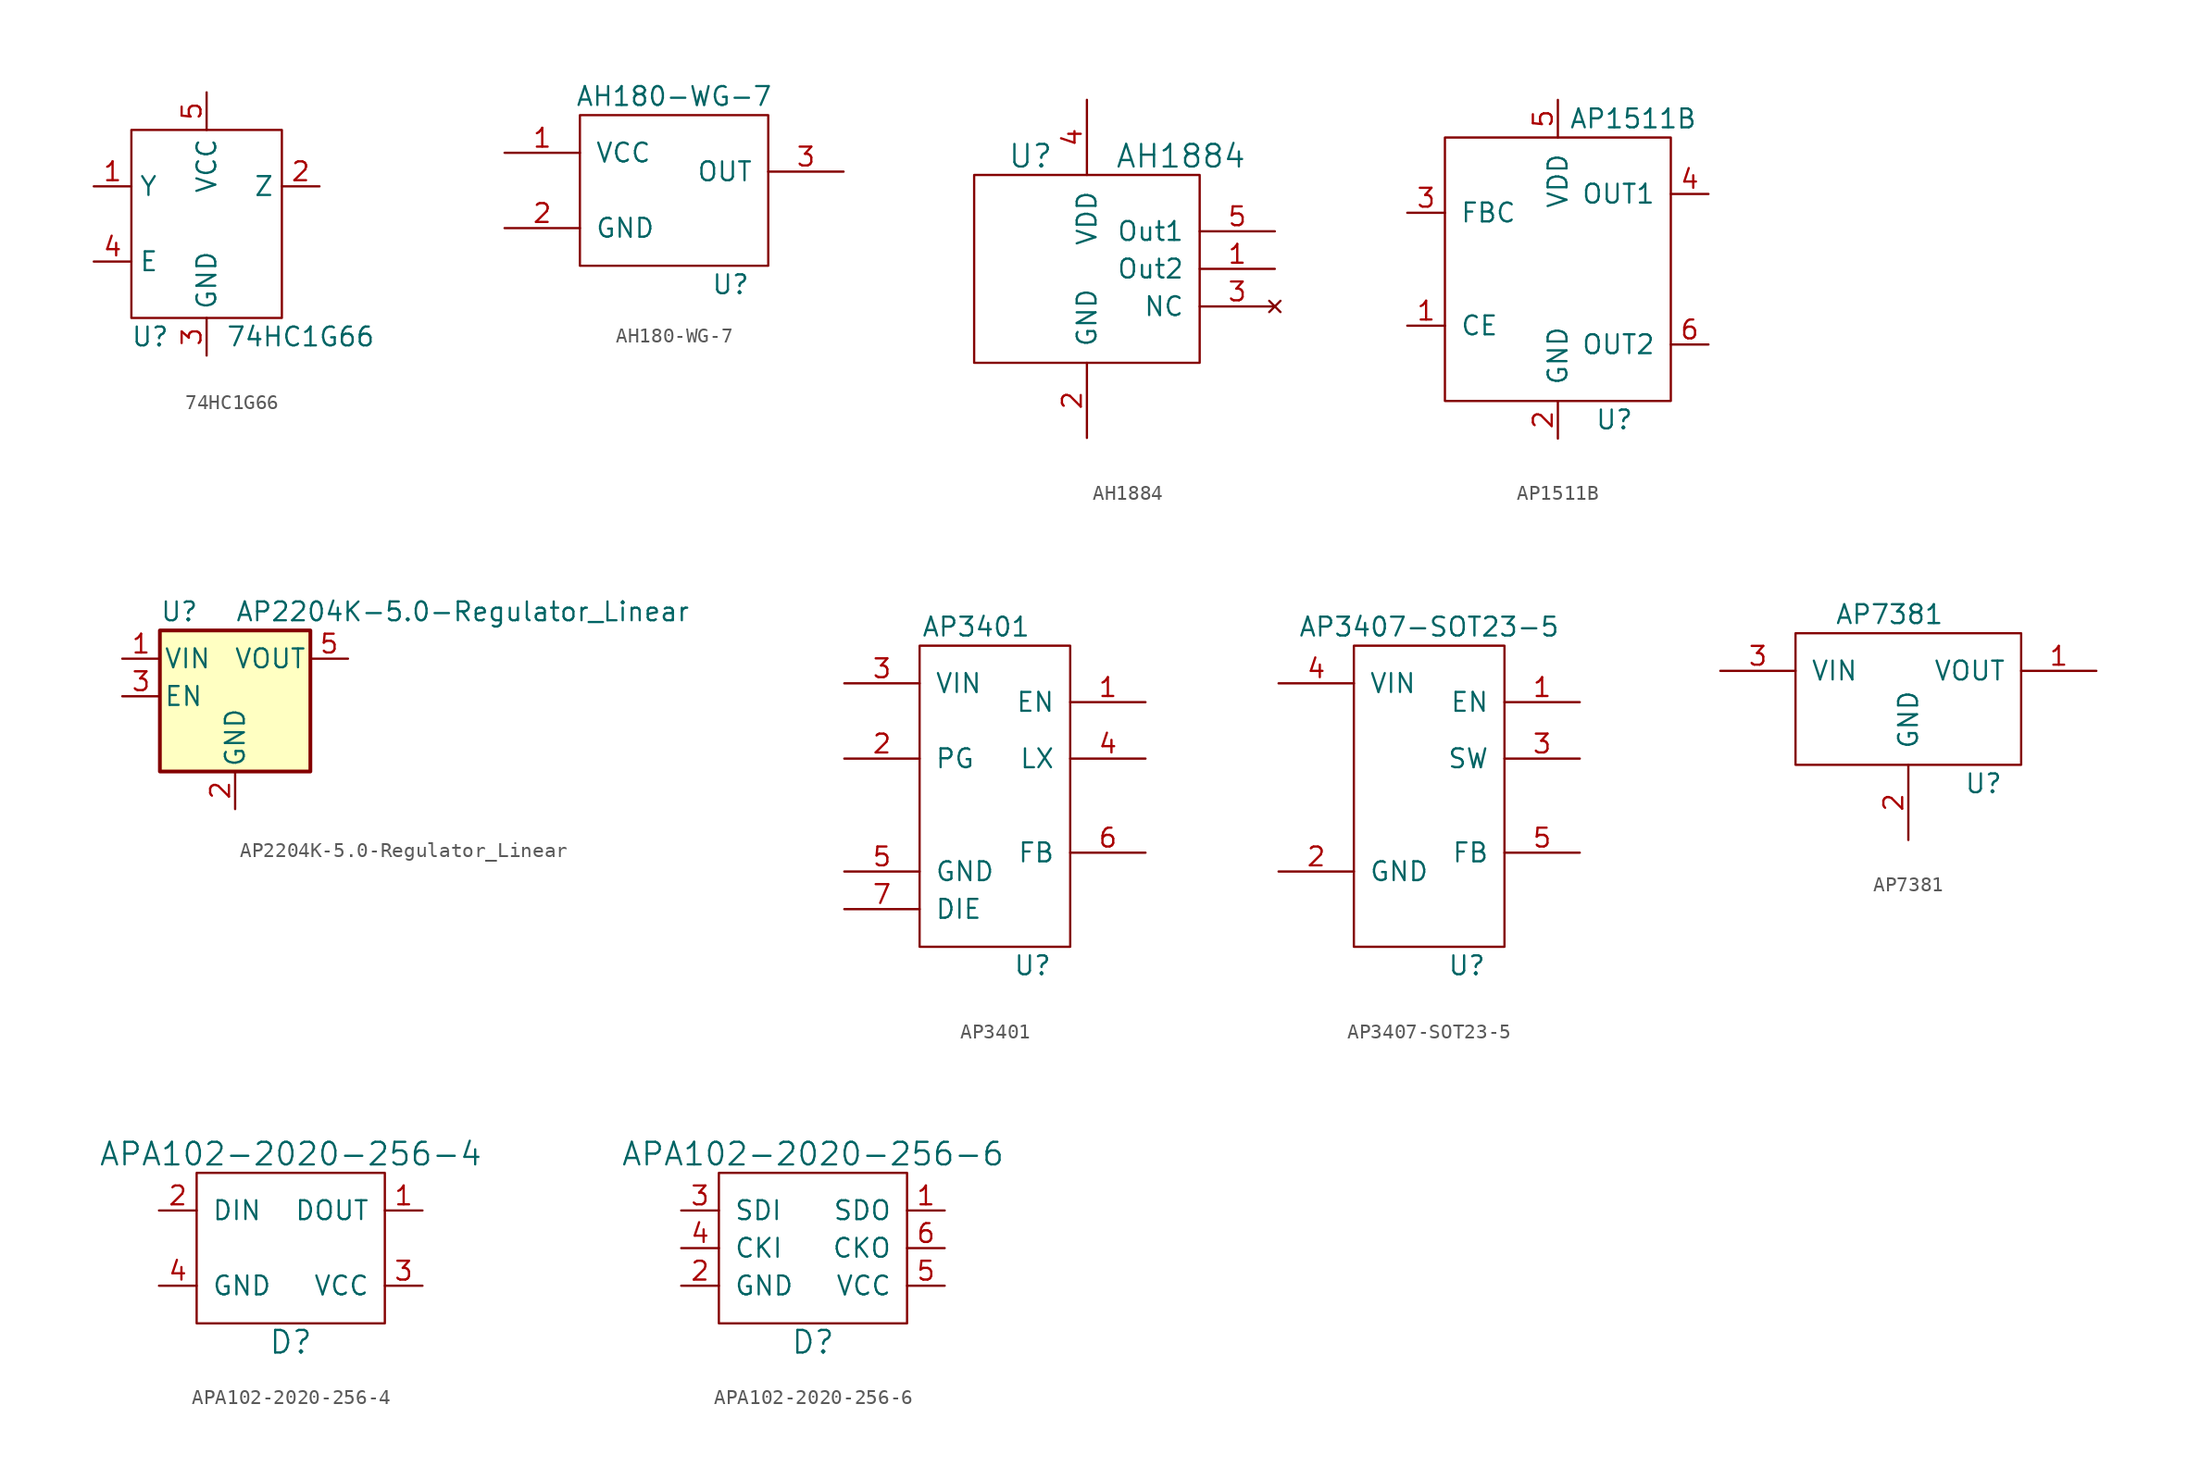
<source format=kicad_sym>
(kicad_symbol_lib
  (version 20231120)
  (generator "kicad_symbol_editor")
  (generator_version "8.0")
  (symbol "74HC1G66"
    (property "Reference" "U"
      (at -3.81 -7.62 0)
      (effects (font (size 1.27 1.27))))
    (property "Value" "74HC1G66"
      (at 6.35 -7.62 0)
      (effects (font (size 1.27 1.27))))
    (symbol "74HC1G66_0_1"
      (rectangle (start -5.08 6.35) (end 5.08 -6.35) (stroke (width 0) (type default)) (fill (type none))))
    (symbol "74HC1G66_1_1"
      (pin bidirectional line (at -7.62 2.54 0) (length 2.54) (name "Y" (effects (font (size 1.27 1.27)))) (number "1" (effects (font (size 1.27 1.27)))))
      (pin bidirectional line (at 7.62 2.54 180) (length 2.54) (name "Z" (effects (font (size 1.27 1.27)))) (number "2" (effects (font (size 1.27 1.27)))))
      (pin power_in line (at 0 -8.89 90) (length 2.54) (name "GND" (effects (font (size 1.27 1.27)))) (number "3" (effects (font (size 1.27 1.27)))))
      (pin input line (at -7.62 -2.54 0) (length 2.54) (name "E" (effects (font (size 1.27 1.27)))) (number "4" (effects (font (size 1.27 1.27)))))
      (pin power_in line (at 0 8.89 270) (length 2.54) (name "VCC" (effects (font (size 1.27 1.27)))) (number "5" (effects (font (size 1.27 1.27)))))))
  (symbol "AH180-WG-7"
    (pin_names
      (offset 1.016))
    (property "Reference" "U"
      (at 3.81 -6.35 0)
      (effects (font (size 1.27 1.27))))
    (property "Value" "AH180-WG-7"
      (at 0 6.35 0)
      (effects (font (size 1.27 1.27))))
    (symbol "AH180-WG-7_1_1"
      (rectangle (start -6.35 5.08) (end 6.35 -5.08) (stroke (width 0) (type default)) (fill (type none)))
      (pin power_in line (at -11.43 2.54 0) (length 5.08) (name "VCC" (effects (font (size 1.27 1.27)))) (number "1" (effects (font (size 1.27 1.27)))))
      (pin power_in line (at -11.43 -2.54 0) (length 5.08) (name "GND" (effects (font (size 1.27 1.27)))) (number "2" (effects (font (size 1.27 1.27)))))
      (pin output line (at 11.43 1.27 180) (length 5.08) (name "OUT" (effects (font (size 1.27 1.27)))) (number "3" (effects (font (size 1.27 1.27)))))))
  (symbol "AH1884"
    (pin_names
      (offset 1.016))
    (property "Reference" "U"
      (at -3.81 6.35 0)
      (effects (font (size 1.524 1.524))))
    (property "Value" "AH1884"
      (at 6.35 6.35 0)
      (effects (font (size 1.524 1.524))))
    (symbol "AH1884_0_1"
      (rectangle (start 7.62 5.08) (end -7.62 -7.62) (stroke (width 0) (type default)) (fill (type none))))
    (symbol "AH1884_1_1"
      (pin output line (at 12.7 -1.27 180) (length 5.08) (name "Out2" (effects (font (size 1.27 1.27)))) (number "1" (effects (font (size 1.27 1.27)))))
      (pin power_in line (at 0 -12.7 90) (length 5.08) (name "GND" (effects (font (size 1.27 1.27)))) (number "2" (effects (font (size 1.27 1.27)))))
      (pin no_connect line (at 12.7 -3.81 180) (length 5.08) (name "NC" (effects (font (size 1.27 1.27)))) (number "3" (effects (font (size 1.27 1.27)))))
      (pin power_in line (at 0 10.16 270) (length 5.08) (name "VDD" (effects (font (size 1.27 1.27)))) (number "4" (effects (font (size 1.27 1.27)))))
      (pin output line (at 12.7 1.27 180) (length 5.08) (name "Out1" (effects (font (size 1.27 1.27)))) (number "5" (effects (font (size 1.27 1.27)))))))
  (symbol "AP1511B"
    (pin_names
      (offset 1.016))
    (property "Reference" "U"
      (at 3.81 -10.16 0)
      (effects (font (size 1.27 1.27))))
    (property "Value" "AP1511B"
      (at 5.08 10.16 0)
      (effects (font (size 1.27 1.27))))
    (symbol "AP1511B_0_1"
      (rectangle (start -7.62 8.89) (end 7.62 -8.89) (stroke (width 0) (type default)) (fill (type none))))
    (symbol "AP1511B_1_1"
      (pin input line (at -10.16 -3.81 0) (length 2.54) (name "CE" (effects (font (size 1.27 1.27)))) (number "1" (effects (font (size 1.27 1.27)))))
      (pin power_in line (at 0 -11.43 90) (length 2.54) (name "GND" (effects (font (size 1.27 1.27)))) (number "2" (effects (font (size 1.27 1.27)))))
      (pin input line (at -10.16 3.81 0) (length 2.54) (name "FBC" (effects (font (size 1.27 1.27)))) (number "3" (effects (font (size 1.27 1.27)))))
      (pin passive line (at 10.16 5.08 180) (length 2.54) (name "OUT1" (effects (font (size 1.27 1.27)))) (number "4" (effects (font (size 1.27 1.27)))))
      (pin power_in line (at 0 11.43 270) (length 2.54) (name "VDD" (effects (font (size 1.27 1.27)))) (number "5" (effects (font (size 1.27 1.27)))))
      (pin passive line (at 10.16 -5.08 180) (length 2.54) (name "OUT2" (effects (font (size 1.27 1.27)))) (number "6" (effects (font (size 1.27 1.27)))))))
  (symbol "AP2204K-5.0-Regulator_Linear"
    (pin_names
      (offset 0.254))
    (property "Reference" "U"
      (at -5.08 5.715 0)
      (effects (font (size 1.27 1.27)) (justify left)))
    (property "Value" "AP2204K-5.0-Regulator_Linear"
      (at 0 5.715 0)
      (effects (font (size 1.27 1.27)) (justify left)))
    (symbol "AP2204K-5.0-Regulator_Linear_0_1"
      (rectangle (start -5.08 4.445) (end 5.08 -5.08) (stroke (width 0.254) (type default)) (fill (type background))))
    (symbol "AP2204K-5.0-Regulator_Linear_1_1"
      (pin power_in line (at -7.62 2.54 0) (length 2.54) (name "VIN" (effects (font (size 1.27 1.27)))) (number "1" (effects (font (size 1.27 1.27)))))
      (pin power_in line (at 0 -7.62 90) (length 2.54) (name "GND" (effects (font (size 1.27 1.27)))) (number "2" (effects (font (size 1.27 1.27)))))
      (pin input line (at -7.62 0 0) (length 2.54) (name "EN" (effects (font (size 1.27 1.27)))) (number "3" (effects (font (size 1.27 1.27)))))
      (pin no_connect line (at 7.62 0 180) (length 2.54) hide (name "NC" (effects (font (size 1.27 1.27)))) (number "4" (effects (font (size 1.27 1.27)))))
      (pin power_out line (at 7.62 2.54 180) (length 2.54) (name "VOUT" (effects (font (size 1.27 1.27)))) (number "5" (effects (font (size 1.27 1.27)))))))
  (symbol "AP3401"
    (pin_names
      (offset 1.016))
    (property "Reference" "U"
      (at 2.54 -11.43 0)
      (effects (font (size 1.27 1.27))))
    (property "Value" "AP3401"
      (at -1.27 11.43 0)
      (effects (font (size 1.27 1.27))))
    (symbol "AP3401_0_1"
      (rectangle (start -5.08 10.16) (end 5.08 -10.16) (stroke (width 0) (type default)) (fill (type none))))
    (symbol "AP3401_1_1"
      (pin input line (at 10.16 6.35 180) (length 5.08) (name "EN" (effects (font (size 1.27 1.27)))) (number "1" (effects (font (size 1.27 1.27)))))
      (pin input line (at -10.16 2.54 0) (length 5.08) (name "PG" (effects (font (size 1.27 1.27)))) (number "2" (effects (font (size 1.27 1.27)))))
      (pin power_in line (at -10.16 7.62 0) (length 5.08) (name "VIN" (effects (font (size 1.27 1.27)))) (number "3" (effects (font (size 1.27 1.27)))))
      (pin power_out line (at 10.16 2.54 180) (length 5.08) (name "LX" (effects (font (size 1.27 1.27)))) (number "4" (effects (font (size 1.27 1.27)))))
      (pin power_in line (at -10.16 -5.08 0) (length 5.08) (name "GND" (effects (font (size 1.27 1.27)))) (number "5" (effects (font (size 1.27 1.27)))))
      (pin input line (at 10.16 -3.81 180) (length 5.08) (name "FB" (effects (font (size 1.27 1.27)))) (number "6" (effects (font (size 1.27 1.27)))))
      (pin power_in line (at -10.16 -7.62 0) (length 5.08) (name "DIE" (effects (font (size 1.27 1.27)))) (number "7" (effects (font (size 1.27 1.27)))))))
  (symbol "AP3407-SOT23-5"
    (pin_names
      (offset 1.016))
    (property "Reference" "U"
      (at 2.54 -11.43 0)
      (effects (font (size 1.27 1.27))))
    (property "Value" "AP3407-SOT23-5"
      (at 0 11.43 0)
      (effects (font (size 1.27 1.27))))
    (symbol "AP3407-SOT23-5_0_1"
      (rectangle (start -5.08 10.16) (end 5.08 -10.16) (stroke (width 0) (type default)) (fill (type none))))
    (symbol "AP3407-SOT23-5_1_1"
      (pin input line (at 10.16 6.35 180) (length 5.08) (name "EN" (effects (font (size 1.27 1.27)))) (number "1" (effects (font (size 1.27 1.27)))))
      (pin power_in line (at -10.16 -5.08 0) (length 5.08) (name "GND" (effects (font (size 1.27 1.27)))) (number "2" (effects (font (size 1.27 1.27)))))
      (pin power_out line (at 10.16 2.54 180) (length 5.08) (name "SW" (effects (font (size 1.27 1.27)))) (number "3" (effects (font (size 1.27 1.27)))))
      (pin power_in line (at -10.16 7.62 0) (length 5.08) (name "VIN" (effects (font (size 1.27 1.27)))) (number "4" (effects (font (size 1.27 1.27)))))
      (pin input line (at 10.16 -3.81 180) (length 5.08) (name "FB" (effects (font (size 1.27 1.27)))) (number "5" (effects (font (size 1.27 1.27)))))))
  (symbol "AP7381"
    (pin_names
      (offset 1.016))
    (property "Reference" "U"
      (at 5.08 -3.81 0)
      (effects (font (size 1.27 1.27))))
    (property "Value" "AP7381"
      (at -1.27 7.62 0)
      (effects (font (size 1.27 1.27))))
    (symbol "AP7381_0_1"
      (rectangle (start -7.62 6.35) (end 7.62 -2.54) (stroke (width 0) (type default)) (fill (type none))))
    (symbol "AP7381_1_1"
      (pin power_out line (at 12.7 3.81 180) (length 5.08) (name "VOUT" (effects (font (size 1.27 1.27)))) (number "1" (effects (font (size 1.27 1.27)))))
      (pin power_in line (at 0 -7.62 90) (length 5.08) (name "GND" (effects (font (size 1.27 1.27)))) (number "2" (effects (font (size 1.27 1.27)))))
      (pin power_in line (at -12.7 3.81 0) (length 5.08) (name "VIN" (effects (font (size 1.27 1.27)))) (number "3" (effects (font (size 1.27 1.27)))))))
  (symbol "APA102-2020-256-4"
    (pin_names
      (offset 1.016))
    (property "Reference" "D"
      (at 0 -6.35 0)
      (effects (font (size 1.524 1.524))))
    (property "Value" "APA102-2020-256-4"
      (at 0 6.35 0)
      (effects (font (size 1.524 1.524))))
    (symbol "APA102-2020-256-4_0_1"
      (rectangle (start -6.35 5.08) (end 6.35 -5.08) (stroke (width 0) (type default)) (fill (type none))))
    (symbol "APA102-2020-256-4_1_1"
      (pin output line (at 8.89 2.54 180) (length 2.54) (name "DOUT" (effects (font (size 1.27 1.27)))) (number "1" (effects (font (size 1.27 1.27)))))
      (pin input line (at -8.89 2.54 0) (length 2.54) (name "DIN" (effects (font (size 1.27 1.27)))) (number "2" (effects (font (size 1.27 1.27)))))
      (pin power_in line (at 8.89 -2.54 180) (length 2.54) (name "VCC" (effects (font (size 1.27 1.27)))) (number "3" (effects (font (size 1.27 1.27)))))
      (pin power_in line (at -8.89 -2.54 0) (length 2.54) (name "GND" (effects (font (size 1.27 1.27)))) (number "4" (effects (font (size 1.27 1.27)))))))
  (symbol "APA102-2020-256-6"
    (pin_names
      (offset 1.016))
    (property "Reference" "D"
      (at 0 -6.35 0)
      (effects (font (size 1.524 1.524))))
    (property "Value" "APA102-2020-256-6"
      (at 0 6.35 0)
      (effects (font (size 1.524 1.524))))
    (symbol "APA102-2020-256-6_0_1"
      (rectangle (start -6.35 5.08) (end 6.35 -5.08) (stroke (width 0) (type default)) (fill (type none))))
    (symbol "APA102-2020-256-6_1_1"
      (pin output line (at 8.89 2.54 180) (length 2.54) (name "SDO" (effects (font (size 1.27 1.27)))) (number "1" (effects (font (size 1.27 1.27)))))
      (pin power_in line (at -8.89 -2.54 0) (length 2.54) (name "GND" (effects (font (size 1.27 1.27)))) (number "2" (effects (font (size 1.27 1.27)))))
      (pin input line (at -8.89 2.54 0) (length 2.54) (name "SDI" (effects (font (size 1.27 1.27)))) (number "3" (effects (font (size 1.27 1.27)))))
      (pin input line (at -8.89 0 0) (length 2.54) (name "CKI" (effects (font (size 1.27 1.27)))) (number "4" (effects (font (size 1.27 1.27)))))
      (pin power_in line (at 8.89 -2.54 180) (length 2.54) (name "VCC" (effects (font (size 1.27 1.27)))) (number "5" (effects (font (size 1.27 1.27)))))
      (pin output line (at 8.89 0 180) (length 2.54) (name "CKO" (effects (font (size 1.27 1.27)))) (number "6" (effects (font (size 1.27 1.27))))))))
</source>
